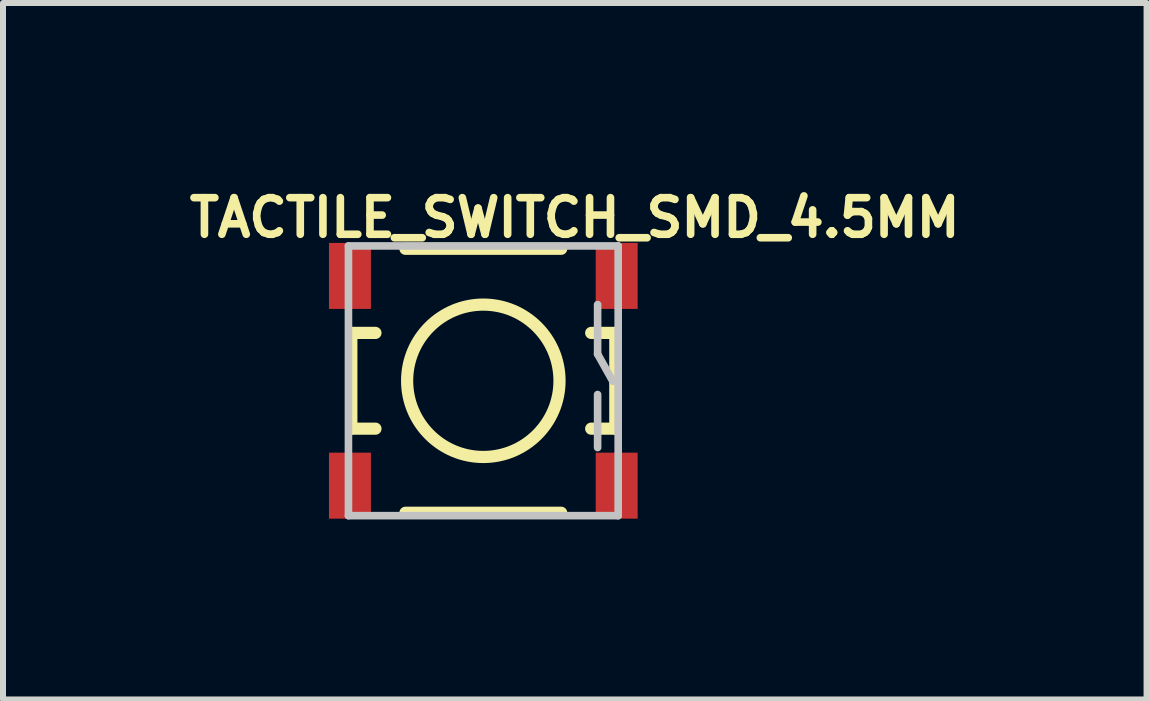
<source format=kicad_pcb>
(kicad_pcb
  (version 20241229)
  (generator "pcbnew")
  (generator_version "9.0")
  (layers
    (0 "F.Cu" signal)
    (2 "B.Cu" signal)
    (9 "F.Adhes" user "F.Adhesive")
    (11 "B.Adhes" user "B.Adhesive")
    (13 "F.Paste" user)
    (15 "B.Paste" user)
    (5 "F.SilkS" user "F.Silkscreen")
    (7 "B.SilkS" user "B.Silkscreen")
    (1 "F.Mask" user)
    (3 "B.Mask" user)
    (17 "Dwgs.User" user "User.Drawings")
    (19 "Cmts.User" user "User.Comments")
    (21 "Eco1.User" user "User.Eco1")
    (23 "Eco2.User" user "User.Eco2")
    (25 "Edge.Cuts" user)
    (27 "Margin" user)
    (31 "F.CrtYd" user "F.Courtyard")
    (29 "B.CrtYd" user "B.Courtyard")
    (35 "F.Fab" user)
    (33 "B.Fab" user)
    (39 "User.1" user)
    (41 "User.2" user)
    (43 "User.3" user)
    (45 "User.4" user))
  (footprint "TACTILE_SWITCH_SMD_4.5MM"
    (layer "F.Cu")
    (at 5.006 3.297)
    (property "Reference" "TACTILE_SWITCH_SMD_4.5MM" (at 1.524 -2.718 0) (layer "F.SilkS") (effects (font (size 0.61 0.61) (thickness 0.127))))
    (attr smd)
    (fp_line (start -2.2 -0.798) (end -2.2 0.798) (stroke (width 0.203) (type solid)) (layer "F.SilkS"))
    (fp_line (start -1.798 -0.798) (end -2.2 -0.798) (stroke (width 0.203) (type solid)) (layer "F.SilkS"))
    (fp_line (start -1.798 0.798) (end -2.2 0.798) (stroke (width 0.203) (type solid)) (layer "F.SilkS"))
    (fp_line (start -1.298 2.2) (end 1.298 2.2) (stroke (width 0.203) (type solid)) (layer "F.SilkS"))
    (fp_line (start 1.298 -2.2) (end -1.298 -2.2) (stroke (width 0.203) (type solid)) (layer "F.SilkS"))
    (fp_line (start 2.2 -0.798) (end 1.798 -0.798) (stroke (width 0.203) (type solid)) (layer "F.SilkS"))
    (fp_line (start 2.2 0.798) (end 1.798 0.798) (stroke (width 0.203) (type solid)) (layer "F.SilkS"))
    (fp_line (start 2.2 0.798) (end 2.2 -0.798) (stroke (width 0.203) (type solid)) (layer "F.SilkS"))
    (fp_circle (center 0 0) (end 0 -1.27) (stroke (width 0.203) (type solid)) (fill no) (layer "F.SilkS"))
    (fp_line (start -2.248 -2.248) (end 2.248 -2.248) (stroke (width 0.127) (type solid)) (layer "Dwgs.User"))
    (fp_line (start -2.248 2.248) (end -2.248 -2.248) (stroke (width 0.127) (type solid)) (layer "Dwgs.User"))
    (fp_line (start 1.905 -1.27) (end 1.905 -0.445) (stroke (width 0.127) (type solid)) (layer "Dwgs.User"))
    (fp_line (start 1.905 -0.445) (end 2.159 0.008) (stroke (width 0.127) (type solid)) (layer "Dwgs.User"))
    (fp_line (start 1.905 0.229) (end 1.905 1.113) (stroke (width 0.127) (type solid)) (layer "Dwgs.User"))
    (fp_line (start 2.248 -2.248) (end 2.248 2.248) (stroke (width 0.127) (type solid)) (layer "Dwgs.User"))
    (fp_line (start 2.248 2.248) (end -2.248 2.248) (stroke (width 0.127) (type solid)) (layer "Dwgs.User"))
    (pad "1" smd rect (at 2.223 -1.748 90) (size 1.1 0.699) (layers "F.Cu" "F.Mask" "F.Paste"))
    (pad "2" smd rect (at 2.223 1.748 90) (size 1.1 0.699) (layers "F.Cu" "F.Mask" "F.Paste"))
    (pad "3" smd rect (at -2.223 1.748 90) (size 1.1 0.699) (layers "F.Cu" "F.Mask" "F.Paste"))
    (pad "4" smd rect (at -2.223 -1.748 90) (size 1.1 0.699) (layers "F.Cu" "F.Mask" "F.Paste")))
  (gr_rect
    (start -3 -3)
    (end 16.061 8.609)
    (stroke (width 0.1) (type default))
    (fill no)
    (layer "Edge.Cuts")))
</source>
